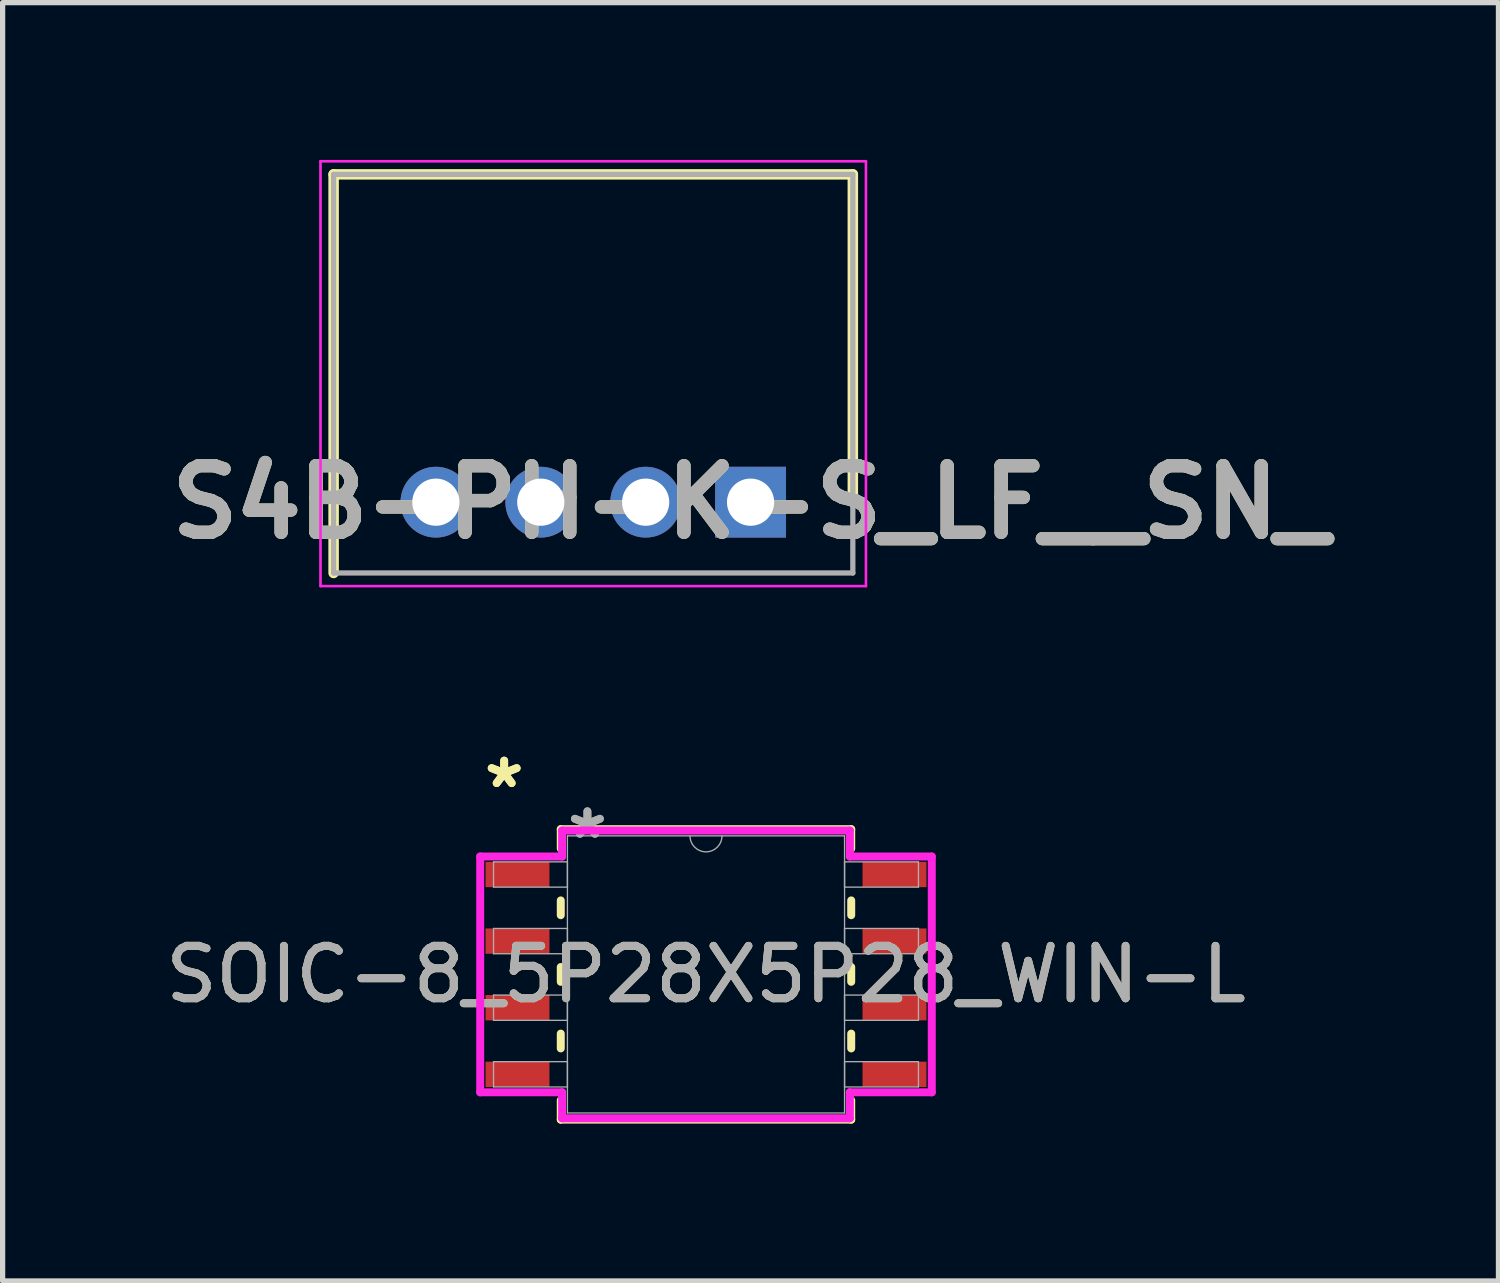
<source format=kicad_pcb>
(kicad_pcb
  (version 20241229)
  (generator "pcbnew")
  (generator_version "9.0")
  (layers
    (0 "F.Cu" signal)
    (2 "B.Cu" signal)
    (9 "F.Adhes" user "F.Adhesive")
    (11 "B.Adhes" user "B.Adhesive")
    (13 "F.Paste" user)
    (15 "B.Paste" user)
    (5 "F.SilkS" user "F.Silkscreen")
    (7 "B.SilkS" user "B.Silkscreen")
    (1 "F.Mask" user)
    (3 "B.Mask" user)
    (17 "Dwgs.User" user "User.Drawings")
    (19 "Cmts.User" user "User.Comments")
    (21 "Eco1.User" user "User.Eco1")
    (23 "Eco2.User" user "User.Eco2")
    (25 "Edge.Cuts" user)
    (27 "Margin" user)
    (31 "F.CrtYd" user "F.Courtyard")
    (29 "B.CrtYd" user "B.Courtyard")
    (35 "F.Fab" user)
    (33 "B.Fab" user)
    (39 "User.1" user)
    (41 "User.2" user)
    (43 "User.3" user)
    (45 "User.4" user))
  (footprint "SOIC-8_5P28X5P28_WIN-L"
    (layer "F.Cu")
    (at 10.411 15.529)
    (property "Reference" "SOIC-8_5P28X5P28_WIN-L" (at 0 0 0) (unlocked yes) (layer "F.SilkS") (effects (font (size 1 1) (thickness 0.15))))
    (attr smd)
    (fp_line (start -2.769 -2.769) (end -2.769 -2.399) (stroke (width 0.152) (type solid)) (layer "F.SilkS"))
    (fp_line (start -2.769 -1.411) (end -2.769 -1.129) (stroke (width 0.152) (type solid)) (layer "F.SilkS"))
    (fp_line (start -2.769 -0.141) (end -2.769 0.141) (stroke (width 0.152) (type solid)) (layer "F.SilkS"))
    (fp_line (start -2.769 1.129) (end -2.769 1.411) (stroke (width 0.152) (type solid)) (layer "F.SilkS"))
    (fp_line (start -2.769 2.399) (end -2.769 2.769) (stroke (width 0.152) (type solid)) (layer "F.SilkS"))
    (fp_line (start -2.769 2.769) (end 2.769 2.769) (stroke (width 0.152) (type solid)) (layer "F.SilkS"))
    (fp_line (start 2.769 -2.769) (end -2.769 -2.769) (stroke (width 0.152) (type solid)) (layer "F.SilkS"))
    (fp_line (start 2.769 -2.399) (end 2.769 -2.769) (stroke (width 0.152) (type solid)) (layer "F.SilkS"))
    (fp_line (start 2.769 -1.129) (end 2.769 -1.411) (stroke (width 0.152) (type solid)) (layer "F.SilkS"))
    (fp_line (start 2.769 0.141) (end 2.769 -0.141) (stroke (width 0.152) (type solid)) (layer "F.SilkS"))
    (fp_line (start 2.769 1.411) (end 2.769 1.129) (stroke (width 0.152) (type solid)) (layer "F.SilkS"))
    (fp_line (start 2.769 2.769) (end 2.769 2.399) (stroke (width 0.152) (type solid)) (layer "F.SilkS"))
    (fp_line (start -4.305 -2.248) (end -2.743 -2.248) (stroke (width 0.152) (type solid)) (layer "F.CrtYd"))
    (fp_line (start -4.305 2.248) (end -4.305 -2.248) (stroke (width 0.152) (type solid)) (layer "F.CrtYd"))
    (fp_line (start -4.305 2.248) (end -2.743 2.248) (stroke (width 0.152) (type solid)) (layer "F.CrtYd"))
    (fp_line (start -2.743 -2.743) (end 2.743 -2.743) (stroke (width 0.152) (type solid)) (layer "F.CrtYd"))
    (fp_line (start -2.743 -2.248) (end -2.743 -2.743) (stroke (width 0.152) (type solid)) (layer "F.CrtYd"))
    (fp_line (start -2.743 2.743) (end -2.743 2.248) (stroke (width 0.152) (type solid)) (layer "F.CrtYd"))
    (fp_line (start 2.743 -2.743) (end 2.743 -2.248) (stroke (width 0.152) (type solid)) (layer "F.CrtYd"))
    (fp_line (start 2.743 2.248) (end 2.743 2.743) (stroke (width 0.152) (type solid)) (layer "F.CrtYd"))
    (fp_line (start 2.743 2.743) (end -2.743 2.743) (stroke (width 0.152) (type solid)) (layer "F.CrtYd"))
    (fp_line (start 4.305 -2.248) (end 2.743 -2.248) (stroke (width 0.152) (type solid)) (layer "F.CrtYd"))
    (fp_line (start 4.305 -2.248) (end 4.305 2.248) (stroke (width 0.152) (type solid)) (layer "F.CrtYd"))
    (fp_line (start 4.305 2.248) (end 2.743 2.248) (stroke (width 0.152) (type solid)) (layer "F.CrtYd"))
    (fp_line (start -4.051 -2.146) (end -4.051 -1.664) (stroke (width 0.025) (type solid)) (layer "F.Fab"))
    (fp_line (start -4.051 -1.664) (end -2.642 -1.664) (stroke (width 0.025) (type solid)) (layer "F.Fab"))
    (fp_line (start -4.051 -0.876) (end -4.051 -0.394) (stroke (width 0.025) (type solid)) (layer "F.Fab"))
    (fp_line (start -4.051 -0.394) (end -2.642 -0.394) (stroke (width 0.025) (type solid)) (layer "F.Fab"))
    (fp_line (start -4.051 0.394) (end -4.051 0.876) (stroke (width 0.025) (type solid)) (layer "F.Fab"))
    (fp_line (start -4.051 0.876) (end -2.642 0.876) (stroke (width 0.025) (type solid)) (layer "F.Fab"))
    (fp_line (start -4.051 1.664) (end -4.051 2.146) (stroke (width 0.025) (type solid)) (layer "F.Fab"))
    (fp_line (start -4.051 2.146) (end -2.642 2.146) (stroke (width 0.025) (type solid)) (layer "F.Fab"))
    (fp_line (start -2.642 -2.642) (end -2.642 2.642) (stroke (width 0.025) (type solid)) (layer "F.Fab"))
    (fp_line (start -2.642 -2.146) (end -4.051 -2.146) (stroke (width 0.025) (type solid)) (layer "F.Fab"))
    (fp_line (start -2.642 -1.664) (end -2.642 -2.146) (stroke (width 0.025) (type solid)) (layer "F.Fab"))
    (fp_line (start -2.642 -0.876) (end -4.051 -0.876) (stroke (width 0.025) (type solid)) (layer "F.Fab"))
    (fp_line (start -2.642 -0.394) (end -2.642 -0.876) (stroke (width 0.025) (type solid)) (layer "F.Fab"))
    (fp_line (start -2.642 0.394) (end -4.051 0.394) (stroke (width 0.025) (type solid)) (layer "F.Fab"))
    (fp_line (start -2.642 0.876) (end -2.642 0.394) (stroke (width 0.025) (type solid)) (layer "F.Fab"))
    (fp_line (start -2.642 1.664) (end -4.051 1.664) (stroke (width 0.025) (type solid)) (layer "F.Fab"))
    (fp_line (start -2.642 2.146) (end -2.642 1.664) (stroke (width 0.025) (type solid)) (layer "F.Fab"))
    (fp_line (start -2.642 2.642) (end 2.642 2.642) (stroke (width 0.025) (type solid)) (layer "F.Fab"))
    (fp_line (start 2.642 -2.642) (end -2.642 -2.642) (stroke (width 0.025) (type solid)) (layer "F.Fab"))
    (fp_line (start 2.642 -2.146) (end 2.642 -1.664) (stroke (width 0.025) (type solid)) (layer "F.Fab"))
    (fp_line (start 2.642 -1.664) (end 4.051 -1.664) (stroke (width 0.025) (type solid)) (layer "F.Fab"))
    (fp_line (start 2.642 -0.876) (end 2.642 -0.394) (stroke (width 0.025) (type solid)) (layer "F.Fab"))
    (fp_line (start 2.642 -0.394) (end 4.051 -0.394) (stroke (width 0.025) (type solid)) (layer "F.Fab"))
    (fp_line (start 2.642 0.394) (end 2.642 0.876) (stroke (width 0.025) (type solid)) (layer "F.Fab"))
    (fp_line (start 2.642 0.876) (end 4.051 0.876) (stroke (width 0.025) (type solid)) (layer "F.Fab"))
    (fp_line (start 2.642 1.664) (end 2.642 2.146) (stroke (width 0.025) (type solid)) (layer "F.Fab"))
    (fp_line (start 2.642 2.146) (end 4.051 2.146) (stroke (width 0.025) (type solid)) (layer "F.Fab"))
    (fp_line (start 2.642 2.642) (end 2.642 -2.642) (stroke (width 0.025) (type solid)) (layer "F.Fab"))
    (fp_line (start 4.051 -2.146) (end 2.642 -2.146) (stroke (width 0.025) (type solid)) (layer "F.Fab"))
    (fp_line (start 4.051 -1.664) (end 4.051 -2.146) (stroke (width 0.025) (type solid)) (layer "F.Fab"))
    (fp_line (start 4.051 -0.876) (end 2.642 -0.876) (stroke (width 0.025) (type solid)) (layer "F.Fab"))
    (fp_line (start 4.051 -0.394) (end 4.051 -0.876) (stroke (width 0.025) (type solid)) (layer "F.Fab"))
    (fp_line (start 4.051 0.394) (end 2.642 0.394) (stroke (width 0.025) (type solid)) (layer "F.Fab"))
    (fp_line (start 4.051 0.876) (end 4.051 0.394) (stroke (width 0.025) (type solid)) (layer "F.Fab"))
    (fp_line (start 4.051 1.664) (end 2.642 1.664) (stroke (width 0.025) (type solid)) (layer "F.Fab"))
    (fp_line (start 4.051 2.146) (end 4.051 1.664) (stroke (width 0.025) (type solid)) (layer "F.Fab"))
    (fp_arc (start 0.3048 -2.6416) (mid 0 -2.3368) (end -0.3048 -2.6416) (stroke (width 0.0254) (type solid)) (layer "F.Fab"))
    (fp_text user "*" (at -3.848 -3.531 0) (layer "F.SilkS") (effects (font (size 1 1) (thickness 0.15))))
    (fp_text user "*" (at -3.848 -3.531 0) (unlocked yes) (layer "F.SilkS") (effects (font (size 1 1) (thickness 0.15))))
    (fp_text user "*" (at -2.261 -2.565 0) (unlocked yes) (layer "F.Fab") (effects (font (size 1 1) (thickness 0.15))))
    (fp_text user "${REFERENCE}" (at 0 0 0) (unlocked yes) (layer "F.Fab") (effects (font (size 1 1) (thickness 0.15))))
    (fp_text user "*" (at -2.261 -2.565 0) (layer "F.Fab") (effects (font (size 1 1) (thickness 0.15))))
    (pad "1" smd rect (at -3.594 -1.905) (size 1.219 0.483) (layers "F.Cu" "F.Mask" "F.Paste"))
    (pad "2" smd rect (at -3.594 -0.635) (size 1.219 0.483) (layers "F.Cu" "F.Mask" "F.Paste"))
    (pad "3" smd rect (at -3.594 0.635) (size 1.219 0.483) (layers "F.Cu" "F.Mask" "F.Paste"))
    (pad "4" smd rect (at -3.594 1.905) (size 1.219 0.483) (layers "F.Cu" "F.Mask" "F.Paste"))
    (pad "5" smd rect (at 3.594 1.905) (size 1.219 0.483) (layers "F.Cu" "F.Mask" "F.Paste"))
    (pad "6" smd rect (at 3.594 0.635) (size 1.219 0.483) (layers "F.Cu" "F.Mask" "F.Paste"))
    (pad "7" smd rect (at 3.594 -0.635) (size 1.219 0.483) (layers "F.Cu" "F.Mask" "F.Paste"))
    (pad "8" smd rect (at 3.594 -1.905) (size 1.219 0.483) (layers "F.Cu" "F.Mask" "F.Paste")))
  (footprint "S4B-PH-K-S_LF__SN_"
    (layer "F.Cu")
    (at 11.261 6.525)
    (property "Reference" "S4B-PH-K-S_LF__SN_" (at 0 0 0) (layer "F.SilkS") (effects (font (size 1.27 1.27) (thickness 0.254))))
    (attr through_hole)
    (fp_line (start -7.95 -6.25) (end -7.95 1.35) (stroke (width 0.2) (type solid)) (layer "F.SilkS"))
    (fp_line (start 1.95 -6.25) (end -7.95 -6.25) (stroke (width 0.2) (type solid)) (layer "F.SilkS"))
    (fp_line (start 1.95 0) (end 1.95 -6.25) (stroke (width 0.2) (type solid)) (layer "F.SilkS"))
    (fp_line (start -8.2 -6.5) (end 2.2 -6.5) (stroke (width 0.05) (type solid)) (layer "F.CrtYd"))
    (fp_line (start -8.2 1.6) (end -8.2 -6.5) (stroke (width 0.05) (type solid)) (layer "F.CrtYd"))
    (fp_line (start 2.2 -6.5) (end 2.2 1.6) (stroke (width 0.05) (type solid)) (layer "F.CrtYd"))
    (fp_line (start 2.2 1.6) (end -8.2 1.6) (stroke (width 0.05) (type solid)) (layer "F.CrtYd"))
    (fp_line (start -7.95 -6.25) (end 1.95 -6.25) (stroke (width 0.1) (type solid)) (layer "F.Fab"))
    (fp_line (start -7.95 1.35) (end -7.95 -6.25) (stroke (width 0.1) (type solid)) (layer "F.Fab"))
    (fp_line (start 1.95 -6.25) (end 1.95 1.35) (stroke (width 0.1) (type solid)) (layer "F.Fab"))
    (fp_line (start 1.95 1.35) (end -7.95 1.35) (stroke (width 0.1) (type solid)) (layer "F.Fab"))
    (fp_text user "${REFERENCE}" (at 0 0 0) (layer "F.Fab") (effects (font (size 1.27 1.27) (thickness 0.254))))
    (pad "1" thru_hole rect (at 0 0) (size 1.35 1.35) (drill 0.9) (layers "*.Cu" "*.Mask"))
    (pad "2" thru_hole circle (at -2 0) (size 1.35 1.35) (drill 0.9) (layers "*.Cu" "*.Mask"))
    (pad "3" thru_hole circle (at -4 0) (size 1.35 1.35) (drill 0.9) (layers "*.Cu" "*.Mask"))
    (pad "4" thru_hole circle (at -6 0) (size 1.35 1.35) (drill 0.9) (layers "*.Cu" "*.Mask")))
  (gr_rect
    (start -3 -3)
    (end 25.521 21.374)
    (stroke (width 0.1) (type default))
    (fill no)
    (layer "Edge.Cuts")))
</source>
